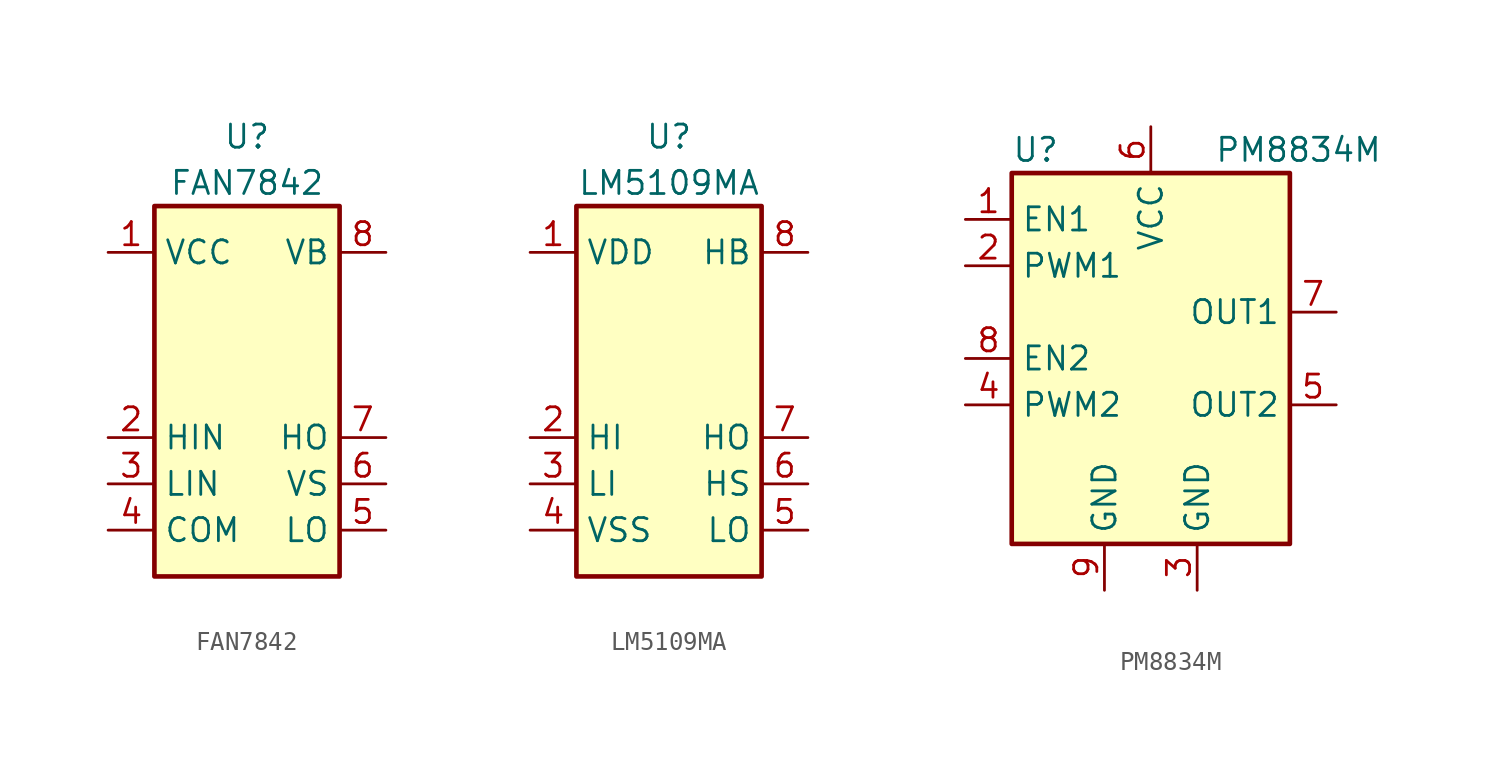
<source format=kicad_sym>
(kicad_symbol_lib
  (version 20201005)
  (generator kicad_symbol_editor)
  (symbol "FAN7842"
    (property "Reference" "U"
      (at 0 13.97 0)
      (effects (font (size 1.27 1.27))))
    (property "Value" "FAN7842"
      (at 0 11.43 0)
      (effects (font (size 1.27 1.27))))
    (symbol "FAN7842_0_1"
      (rectangle (start -5.08 10.16) (end 5.08 -10.16) (stroke (width 0.254)) (fill (type background))))
    (symbol "FAN7842_1_1"
      (pin power_in line (at -7.62 7.62 0) (length 2.54) (name "VCC" (effects (font (size 1.27 1.27)))) (number "1" (effects (font (size 1.27 1.27)))))
      (pin input line (at -7.62 -2.54 0) (length 2.54) (name "HIN" (effects (font (size 1.27 1.27)))) (number "2" (effects (font (size 1.27 1.27)))))
      (pin input line (at -7.62 -5.08 0) (length 2.54) (name "LIN" (effects (font (size 1.27 1.27)))) (number "3" (effects (font (size 1.27 1.27)))))
      (pin power_in line (at -7.62 -7.62 0) (length 2.54) (name "COM" (effects (font (size 1.27 1.27)))) (number "4" (effects (font (size 1.27 1.27)))))
      (pin output line (at 7.62 -7.62 180) (length 2.54) (name "LO" (effects (font (size 1.27 1.27)))) (number "5" (effects (font (size 1.27 1.27)))))
      (pin passive line (at 7.62 -5.08 180) (length 2.54) (name "VS" (effects (font (size 1.27 1.27)))) (number "6" (effects (font (size 1.27 1.27)))))
      (pin output line (at 7.62 -2.54 180) (length 2.54) (name "HO" (effects (font (size 1.27 1.27)))) (number "7" (effects (font (size 1.27 1.27)))))
      (pin passive line (at 7.62 7.62 180) (length 2.54) (name "VB" (effects (font (size 1.27 1.27)))) (number "8" (effects (font (size 1.27 1.27)))))))
  (symbol "LM5109MA"
    (property "Reference" "U"
      (at 0 13.97 0)
      (effects (font (size 1.27 1.27))))
    (property "Value" "LM5109MA"
      (at 0 11.43 0)
      (effects (font (size 1.27 1.27))))
    (symbol "LM5109MA_0_1"
      (rectangle (start -5.08 -10.16) (end 5.08 10.16) (stroke (width 0.254)) (fill (type background))))
    (symbol "LM5109MA_1_1"
      (pin power_in line (at -7.62 7.62 0) (length 2.54) (name "VDD" (effects (font (size 1.27 1.27)))) (number "1" (effects (font (size 1.27 1.27)))))
      (pin input line (at -7.62 -2.54 0) (length 2.54) (name "HI" (effects (font (size 1.27 1.27)))) (number "2" (effects (font (size 1.27 1.27)))))
      (pin input line (at -7.62 -5.08 0) (length 2.54) (name "LI" (effects (font (size 1.27 1.27)))) (number "3" (effects (font (size 1.27 1.27)))))
      (pin power_in line (at -7.62 -7.62 0) (length 2.54) (name "VSS" (effects (font (size 1.27 1.27)))) (number "4" (effects (font (size 1.27 1.27)))))
      (pin output line (at 7.62 -7.62 180) (length 2.54) (name "LO" (effects (font (size 1.27 1.27)))) (number "5" (effects (font (size 1.27 1.27)))))
      (pin passive line (at 7.62 -5.08 180) (length 2.54) (name "HS" (effects (font (size 1.27 1.27)))) (number "6" (effects (font (size 1.27 1.27)))))
      (pin output line (at 7.62 -2.54 180) (length 2.54) (name "HO" (effects (font (size 1.27 1.27)))) (number "7" (effects (font (size 1.27 1.27)))))
      (pin passive line (at 7.62 7.62 180) (length 2.54) (name "HB" (effects (font (size 1.27 1.27)))) (number "8" (effects (font (size 1.27 1.27)))))))
  (symbol "PM8834M"
    (property "Reference" "U"
      (at -7.62 11.43 0)
      (effects (font (size 1.27 1.27)) (justify left)))
    (property "Value" "PM8834M"
      (at 12.7 11.43 0)
      (effects (font (size 1.27 1.27)) (justify right)))
    (symbol "PM8834M_0_1"
      (rectangle (start -7.62 -10.16) (end 7.62 10.16) (stroke (width 0.254)) (fill (type background))))
    (symbol "PM8834M_1_1"
      (pin input line (at -10.16 7.62 0) (length 2.54) (name "EN1" (effects (font (size 1.27 1.27)))) (number "1" (effects (font (size 1.27 1.27)))))
      (pin input line (at -10.16 5.08 0) (length 2.54) (name "PWM1" (effects (font (size 1.27 1.27)))) (number "2" (effects (font (size 1.27 1.27)))))
      (pin power_in line (at 2.54 -12.7 90) (length 2.54) (name "GND" (effects (font (size 1.27 1.27)))) (number "3" (effects (font (size 1.27 1.27)))))
      (pin input line (at -10.16 -2.54 0) (length 2.54) (name "PWM2" (effects (font (size 1.27 1.27)))) (number "4" (effects (font (size 1.27 1.27)))))
      (pin output line (at 10.16 -2.54 180) (length 2.54) (name "OUT2" (effects (font (size 1.27 1.27)))) (number "5" (effects (font (size 1.27 1.27)))))
      (pin power_in line (at 0 12.7 270) (length 2.54) (name "VCC" (effects (font (size 1.27 1.27)))) (number "6" (effects (font (size 1.27 1.27)))))
      (pin output line (at 10.16 2.54 180) (length 2.54) (name "OUT1" (effects (font (size 1.27 1.27)))) (number "7" (effects (font (size 1.27 1.27)))))
      (pin input line (at -10.16 0 0) (length 2.54) (name "EN2" (effects (font (size 1.27 1.27)))) (number "8" (effects (font (size 1.27 1.27)))))
      (pin power_in line (at -2.54 -12.7 90) (length 2.54) (name "GND" (effects (font (size 1.27 1.27)))) (number "9" (effects (font (size 1.27 1.27))))))))
</source>
